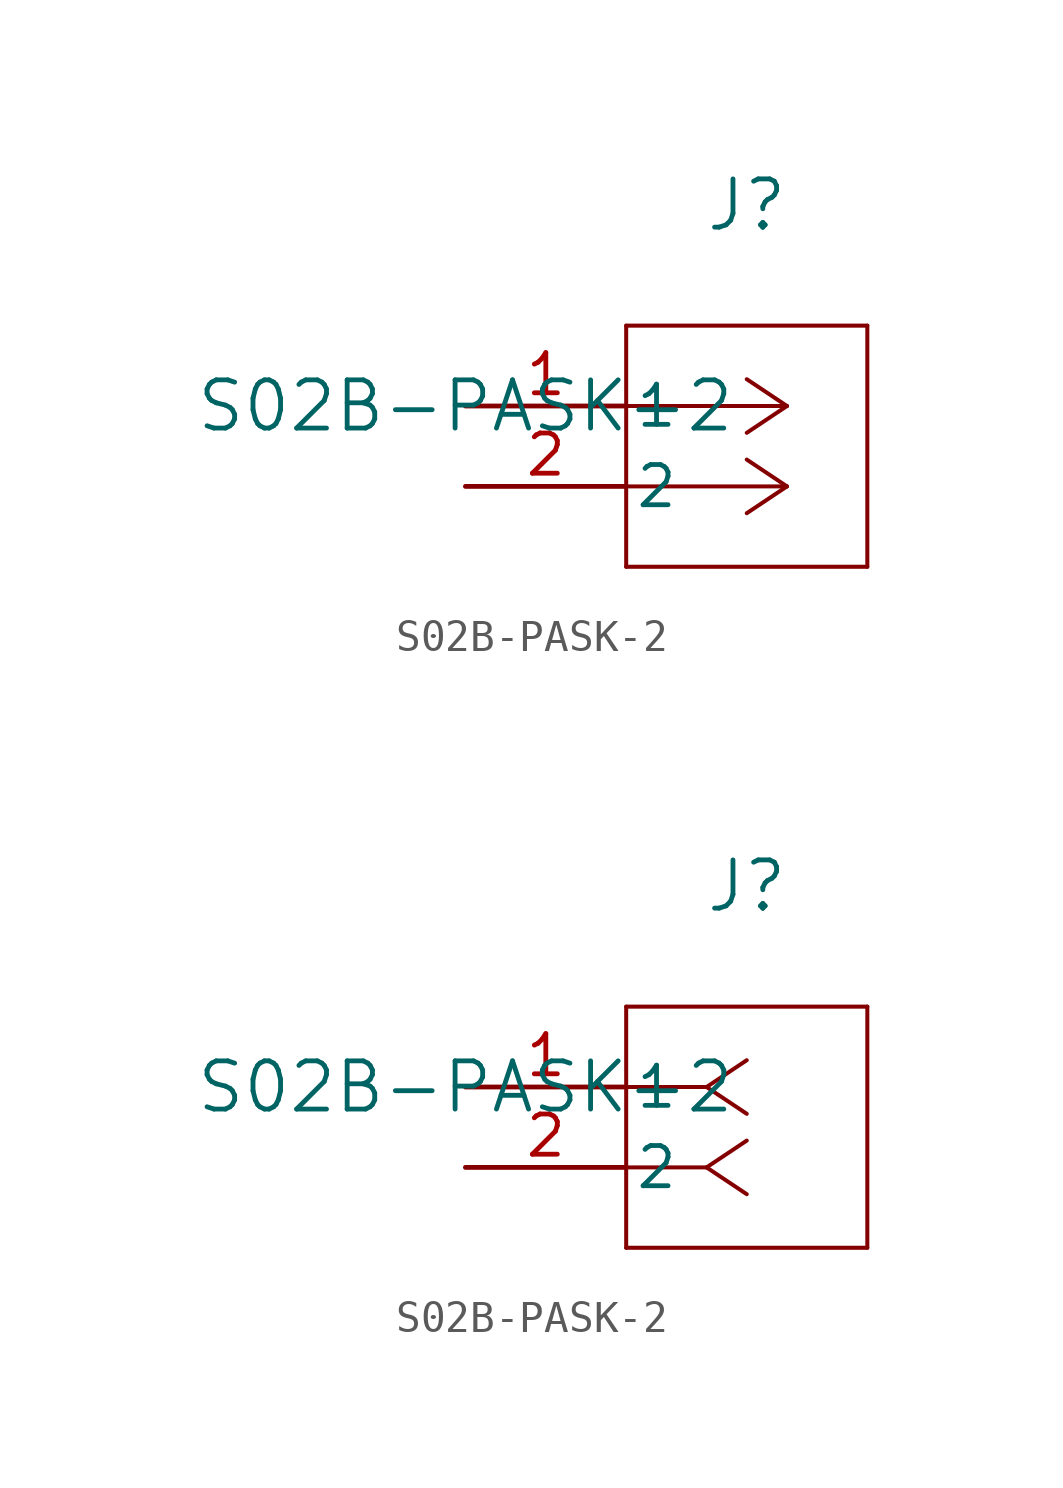
<source format=kicad_sym>
(kicad_symbol_lib
  (version 20231120)
  (generator "kicad_symbol_editor")
  (generator_version "8.0")
  (symbol "S02B-PASK-2"
    (pin_names
      (offset 0.254))
    (property "Reference" "J"
      (at 8.89 6.35 0)
      (effects (font (size 1.524 1.524))))
    (property "Value" "S02B-PASK-2"
      (at 0 0 0)
      (effects (font (size 1.524 1.524))))
    (symbol "S02B-PASK-2_1_1"
      (polyline (pts (xy 5.08 -5.08) (xy 12.7 -5.08)) (stroke (width 0.127) (type default)) (fill (type none)))
      (polyline (pts (xy 5.08 2.54) (xy 5.08 -5.08)) (stroke (width 0.127) (type default)) (fill (type none)))
      (polyline (pts (xy 10.16 -2.54) (xy 5.08 -2.54)) (stroke (width 0.127) (type default)) (fill (type none)))
      (polyline (pts (xy 10.16 -2.54) (xy 8.89 -3.387)) (stroke (width 0.127) (type default)) (fill (type none)))
      (polyline (pts (xy 10.16 -2.54) (xy 8.89 -1.693)) (stroke (width 0.127) (type default)) (fill (type none)))
      (polyline (pts (xy 10.16 0) (xy 5.08 0)) (stroke (width 0.127) (type default)) (fill (type none)))
      (polyline (pts (xy 10.16 0) (xy 8.89 -0.847)) (stroke (width 0.127) (type default)) (fill (type none)))
      (polyline (pts (xy 10.16 0) (xy 8.89 0.847)) (stroke (width 0.127) (type default)) (fill (type none)))
      (polyline (pts (xy 12.7 -5.08) (xy 12.7 2.54)) (stroke (width 0.127) (type default)) (fill (type none)))
      (polyline (pts (xy 12.7 2.54) (xy 5.08 2.54)) (stroke (width 0.127) (type default)) (fill (type none)))
      (pin passive line (at 0 0 0) (length 5.08) (name "1" (effects (font (size 1.27 1.27)))) (number "1" (effects (font (size 1.27 1.27)))))
      (pin passive line (at 0 -2.54 0) (length 5.08) (name "2" (effects (font (size 1.27 1.27)))) (number "2" (effects (font (size 1.27 1.27))))))
    (symbol "S02B-PASK-2_1_2"
      (polyline (pts (xy 5.08 -5.08) (xy 12.7 -5.08)) (stroke (width 0.127) (type default)) (fill (type none)))
      (polyline (pts (xy 5.08 2.54) (xy 5.08 -5.08)) (stroke (width 0.127) (type default)) (fill (type none)))
      (polyline (pts (xy 7.62 -2.54) (xy 5.08 -2.54)) (stroke (width 0.127) (type default)) (fill (type none)))
      (polyline (pts (xy 7.62 -2.54) (xy 8.89 -3.387)) (stroke (width 0.127) (type default)) (fill (type none)))
      (polyline (pts (xy 7.62 -2.54) (xy 8.89 -1.693)) (stroke (width 0.127) (type default)) (fill (type none)))
      (polyline (pts (xy 7.62 0) (xy 5.08 0)) (stroke (width 0.127) (type default)) (fill (type none)))
      (polyline (pts (xy 7.62 0) (xy 8.89 -0.847)) (stroke (width 0.127) (type default)) (fill (type none)))
      (polyline (pts (xy 7.62 0) (xy 8.89 0.847)) (stroke (width 0.127) (type default)) (fill (type none)))
      (polyline (pts (xy 12.7 -5.08) (xy 12.7 2.54)) (stroke (width 0.127) (type default)) (fill (type none)))
      (polyline (pts (xy 12.7 2.54) (xy 5.08 2.54)) (stroke (width 0.127) (type default)) (fill (type none)))
      (pin unspecified line (at 0 0 0) (length 5.08) (name "1" (effects (font (size 1.27 1.27)))) (number "1" (effects (font (size 1.27 1.27)))))
      (pin unspecified line (at 0 -2.54 0) (length 5.08) (name "2" (effects (font (size 1.27 1.27)))) (number "2" (effects (font (size 1.27 1.27))))))))
</source>
